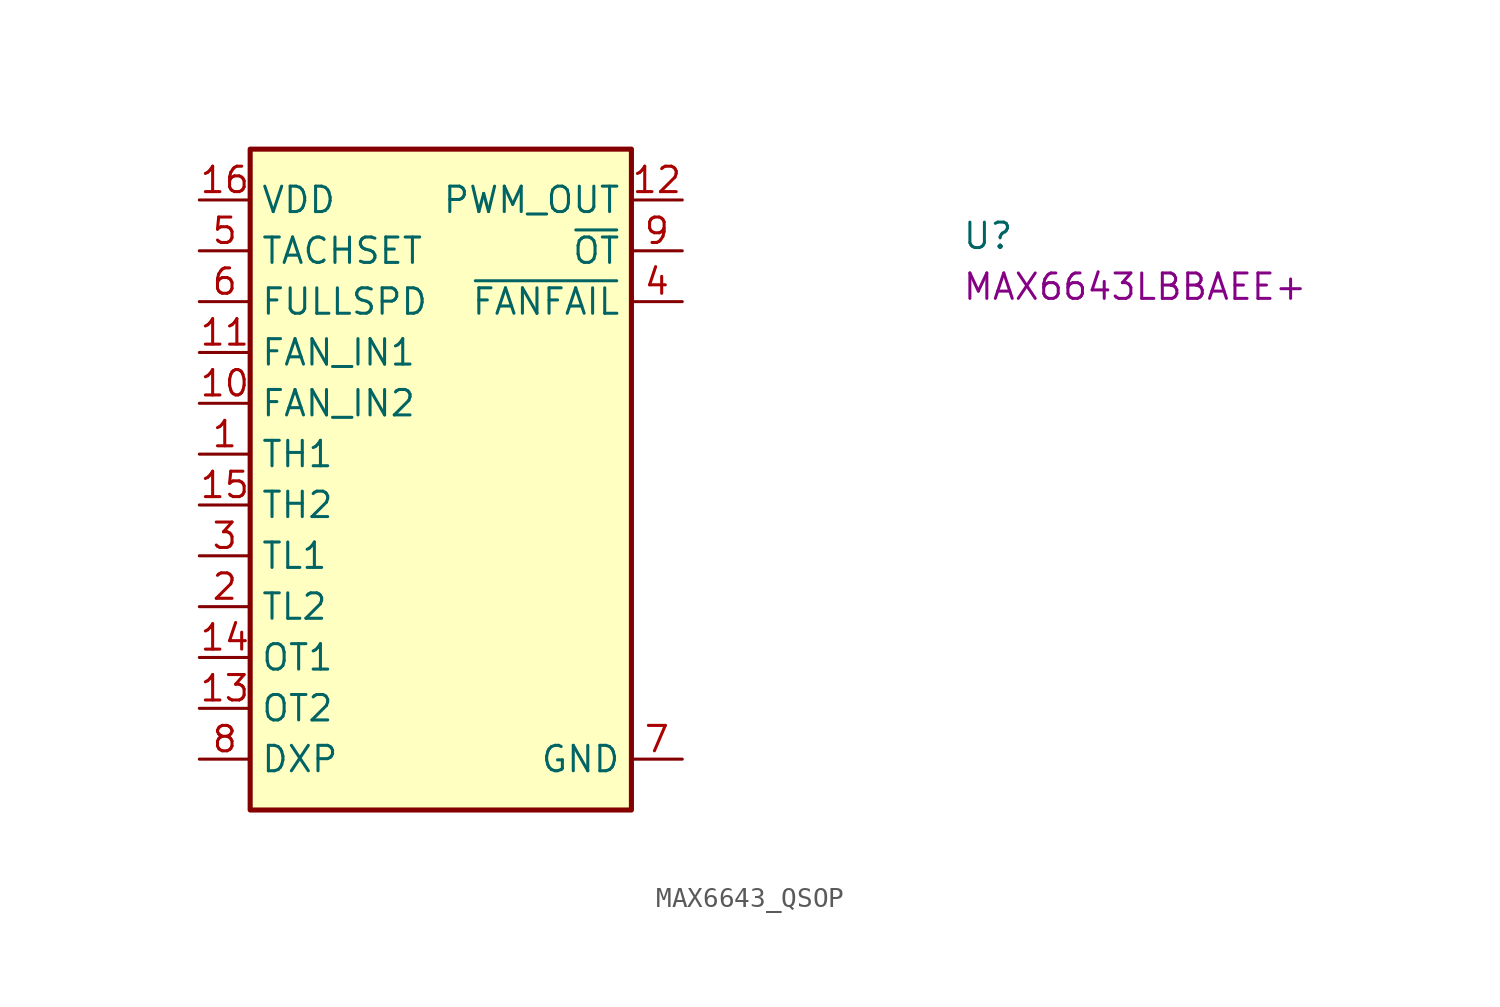
<source format=kicad_sym>
(kicad_symbol_lib
  (version 20220914)
  (generator kicad_symbol_editor)
  (symbol "MAX6643_QSOP"
    (property "Reference" "U"
      (at 38.1 -2.54 0)
      (effects (font (size 1.27 1.27) (thickness 0.15)) (justify left bottom)))
    (property "MPN" "MAX6643LBBAEE+"
      (at 38.1 -5.08 0)
      (effects (font (size 1.27 1.27) (thickness 0.15)) (justify left bottom)))
    (symbol "MAX6643_QSOP_1_1"
      (rectangle (start 2.54 2.54) (end 21.59 -30.48) (stroke (width 0.254) (type default)) (fill (type background)))
      (pin input line (at 0 -12.7 0) (length 2.54) (name "TH1" (effects (font (size 1.27 1.27)))) (number "1" (effects (font (size 1.27 1.27)))))
      (pin input line (at 0 -10.16 0) (length 2.54) (name "FAN_IN2" (effects (font (size 1.27 1.27)))) (number "10" (effects (font (size 1.27 1.27)))))
      (pin input line (at 0 -7.62 0) (length 2.54) (name "FAN_IN1" (effects (font (size 1.27 1.27)))) (number "11" (effects (font (size 1.27 1.27)))))
      (pin output line (at 24.13 0 180) (length 2.54) (name "PWM_OUT" (effects (font (size 1.27 1.27)))) (number "12" (effects (font (size 1.27 1.27)))))
      (pin input line (at 0 -25.4 0) (length 2.54) (name "OT2" (effects (font (size 1.27 1.27)))) (number "13" (effects (font (size 1.27 1.27)))))
      (pin input line (at 0 -22.86 0) (length 2.54) (name "OT1" (effects (font (size 1.27 1.27)))) (number "14" (effects (font (size 1.27 1.27)))))
      (pin input line (at 0 -15.24 0) (length 2.54) (name "TH2" (effects (font (size 1.27 1.27)))) (number "15" (effects (font (size 1.27 1.27)))))
      (pin power_in line (at 0 0 0) (length 2.54) (name "VDD" (effects (font (size 1.27 1.27)))) (number "16" (effects (font (size 1.27 1.27)))))
      (pin input line (at 0 -20.32 0) (length 2.54) (name "TL2" (effects (font (size 1.27 1.27)))) (number "2" (effects (font (size 1.27 1.27)))))
      (pin input line (at 0 -17.78 0) (length 2.54) (name "TL1" (effects (font (size 1.27 1.27)))) (number "3" (effects (font (size 1.27 1.27)))))
      (pin output line (at 24.13 -5.08 180) (length 2.54) (name "~{FANFAIL}" (effects (font (size 1.27 1.27)))) (number "4" (effects (font (size 1.27 1.27)))))
      (pin input line (at 0 -2.54 0) (length 2.54) (name "TACHSET" (effects (font (size 1.27 1.27)))) (number "5" (effects (font (size 1.27 1.27)))))
      (pin input line (at 0 -5.08 0) (length 2.54) (name "FULLSPD" (effects (font (size 1.27 1.27)))) (number "6" (effects (font (size 1.27 1.27)))))
      (pin power_in line (at 24.13 -27.94 180) (length 2.54) (name "GND" (effects (font (size 1.27 1.27)))) (number "7" (effects (font (size 1.27 1.27)))))
      (pin input line (at 0 -27.94 0) (length 2.54) (name "DXP" (effects (font (size 1.27 1.27)))) (number "8" (effects (font (size 1.27 1.27)))))
      (pin output line (at 24.13 -2.54 180) (length 2.54) (name "~{OT}" (effects (font (size 1.27 1.27)))) (number "9" (effects (font (size 1.27 1.27))))))))
</source>
